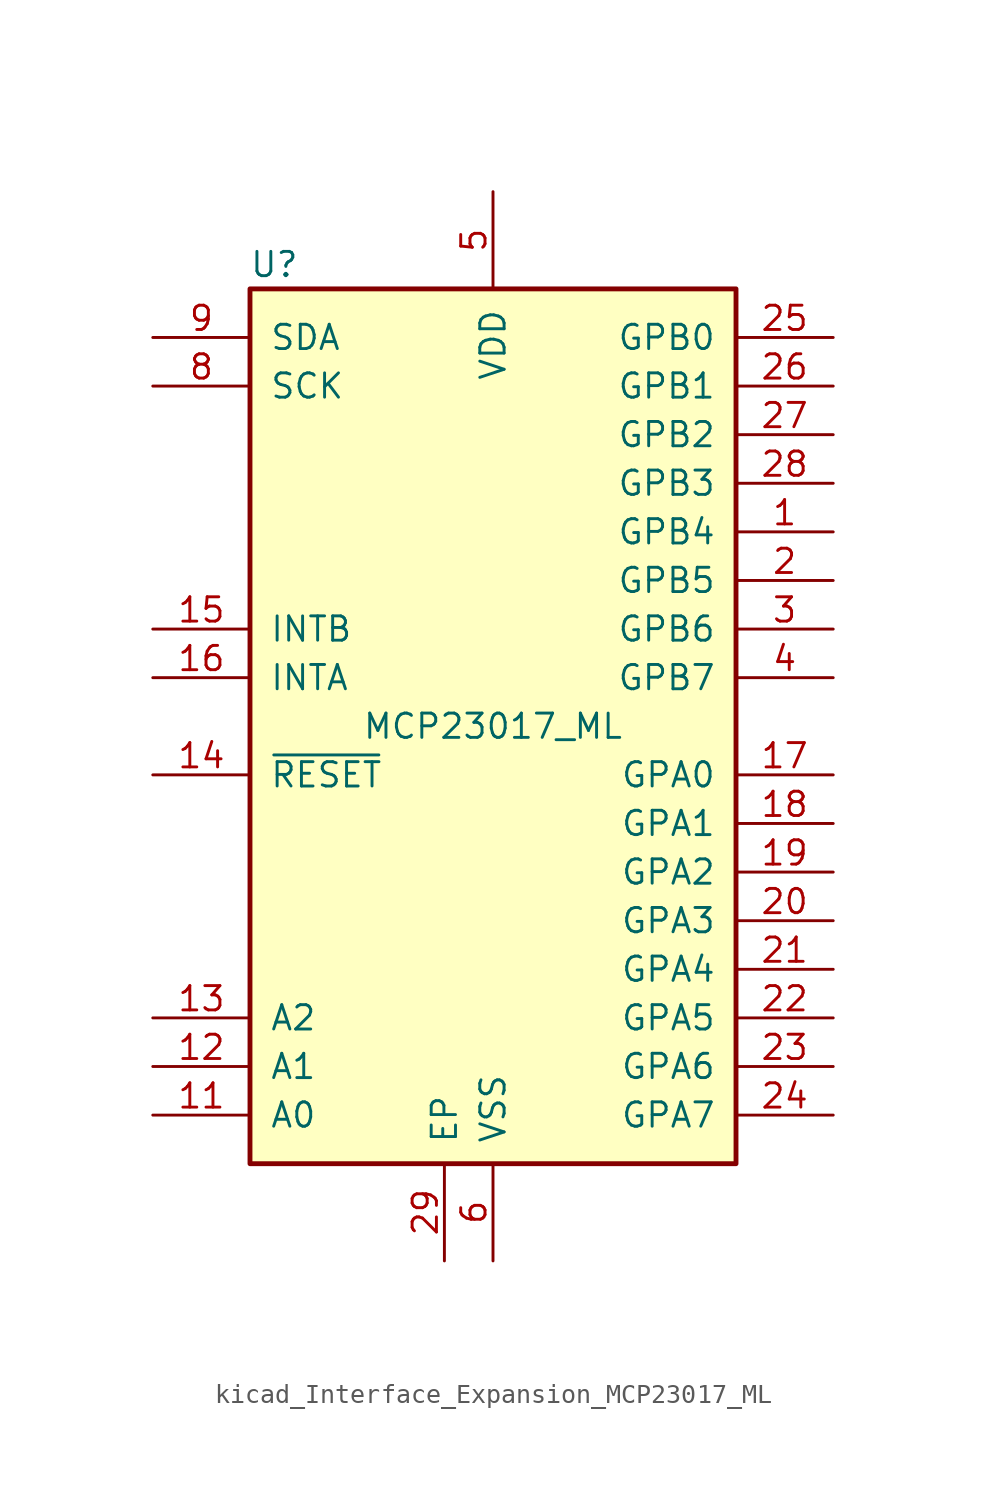
<source format=kicad_sym>
(kicad_symbol_lib
  (version 20220914)
  (generator kicad_symbol_editor)
  (symbol "kicad_Interface_Expansion_MCP23017_ML"
    (pin_names
      (offset 1.016))
    (property "Reference" "U"
      (at -11.43 24.13 0)
      (effects (font (size 1.27 1.27))))
    (property "Value" "MCP23017_ML"
      (at 0 0 0)
      (effects (font (size 1.27 1.27))))
    (symbol "kicad_Interface_Expansion_MCP23017_ML_0_1"
      (rectangle (start -12.7 22.86) (end 12.7 -22.86) (stroke (width 0.254) (type default)) (fill (type background))))
    (symbol "kicad_Interface_Expansion_MCP23017_ML_1_1"
      (pin bidirectional line (at 17.78 10.16 180) (length 5.08) (name "GPB4" (effects (font (size 1.27 1.27)))) (number "1" (effects (font (size 1.27 1.27)))))
      (pin no_connect line (at -12.7 12.7 0) (length 5.08) hide (name "NC" (effects (font (size 1.27 1.27)))) (number "10" (effects (font (size 1.27 1.27)))))
      (pin input line (at -17.78 -20.32 0) (length 5.08) (name "A0" (effects (font (size 1.27 1.27)))) (number "11" (effects (font (size 1.27 1.27)))))
      (pin input line (at -17.78 -17.78 0) (length 5.08) (name "A1" (effects (font (size 1.27 1.27)))) (number "12" (effects (font (size 1.27 1.27)))))
      (pin input line (at -17.78 -15.24 0) (length 5.08) (name "A2" (effects (font (size 1.27 1.27)))) (number "13" (effects (font (size 1.27 1.27)))))
      (pin input line (at -17.78 -2.54 0) (length 5.08) (name "~{RESET}" (effects (font (size 1.27 1.27)))) (number "14" (effects (font (size 1.27 1.27)))))
      (pin tri_state line (at -17.78 5.08 0) (length 5.08) (name "INTB" (effects (font (size 1.27 1.27)))) (number "15" (effects (font (size 1.27 1.27)))))
      (pin tri_state line (at -17.78 2.54 0) (length 5.08) (name "INTA" (effects (font (size 1.27 1.27)))) (number "16" (effects (font (size 1.27 1.27)))))
      (pin bidirectional line (at 17.78 -2.54 180) (length 5.08) (name "GPA0" (effects (font (size 1.27 1.27)))) (number "17" (effects (font (size 1.27 1.27)))))
      (pin bidirectional line (at 17.78 -5.08 180) (length 5.08) (name "GPA1" (effects (font (size 1.27 1.27)))) (number "18" (effects (font (size 1.27 1.27)))))
      (pin bidirectional line (at 17.78 -7.62 180) (length 5.08) (name "GPA2" (effects (font (size 1.27 1.27)))) (number "19" (effects (font (size 1.27 1.27)))))
      (pin bidirectional line (at 17.78 7.62 180) (length 5.08) (name "GPB5" (effects (font (size 1.27 1.27)))) (number "2" (effects (font (size 1.27 1.27)))))
      (pin bidirectional line (at 17.78 -10.16 180) (length 5.08) (name "GPA3" (effects (font (size 1.27 1.27)))) (number "20" (effects (font (size 1.27 1.27)))))
      (pin bidirectional line (at 17.78 -12.7 180) (length 5.08) (name "GPA4" (effects (font (size 1.27 1.27)))) (number "21" (effects (font (size 1.27 1.27)))))
      (pin bidirectional line (at 17.78 -15.24 180) (length 5.08) (name "GPA5" (effects (font (size 1.27 1.27)))) (number "22" (effects (font (size 1.27 1.27)))))
      (pin bidirectional line (at 17.78 -17.78 180) (length 5.08) (name "GPA6" (effects (font (size 1.27 1.27)))) (number "23" (effects (font (size 1.27 1.27)))))
      (pin bidirectional line (at 17.78 -20.32 180) (length 5.08) (name "GPA7" (effects (font (size 1.27 1.27)))) (number "24" (effects (font (size 1.27 1.27)))))
      (pin bidirectional line (at 17.78 20.32 180) (length 5.08) (name "GPB0" (effects (font (size 1.27 1.27)))) (number "25" (effects (font (size 1.27 1.27)))))
      (pin bidirectional line (at 17.78 17.78 180) (length 5.08) (name "GPB1" (effects (font (size 1.27 1.27)))) (number "26" (effects (font (size 1.27 1.27)))))
      (pin bidirectional line (at 17.78 15.24 180) (length 5.08) (name "GPB2" (effects (font (size 1.27 1.27)))) (number "27" (effects (font (size 1.27 1.27)))))
      (pin bidirectional line (at 17.78 12.7 180) (length 5.08) (name "GPB3" (effects (font (size 1.27 1.27)))) (number "28" (effects (font (size 1.27 1.27)))))
      (pin passive line (at -2.54 -27.94 90) (length 5.08) (name "EP" (effects (font (size 1.27 1.27)))) (number "29" (effects (font (size 1.27 1.27)))))
      (pin bidirectional line (at 17.78 5.08 180) (length 5.08) (name "GPB6" (effects (font (size 1.27 1.27)))) (number "3" (effects (font (size 1.27 1.27)))))
      (pin bidirectional line (at 17.78 2.54 180) (length 5.08) (name "GPB7" (effects (font (size 1.27 1.27)))) (number "4" (effects (font (size 1.27 1.27)))))
      (pin power_in line (at 0 27.94 270) (length 5.08) (name "VDD" (effects (font (size 1.27 1.27)))) (number "5" (effects (font (size 1.27 1.27)))))
      (pin power_in line (at 0 -27.94 90) (length 5.08) (name "VSS" (effects (font (size 1.27 1.27)))) (number "6" (effects (font (size 1.27 1.27)))))
      (pin no_connect line (at -12.7 15.24 0) (length 5.08) hide (name "NC" (effects (font (size 1.27 1.27)))) (number "7" (effects (font (size 1.27 1.27)))))
      (pin input line (at -17.78 17.78 0) (length 5.08) (name "SCK" (effects (font (size 1.27 1.27)))) (number "8" (effects (font (size 1.27 1.27)))))
      (pin bidirectional line (at -17.78 20.32 0) (length 5.08) (name "SDA" (effects (font (size 1.27 1.27)))) (number "9" (effects (font (size 1.27 1.27))))))))
</source>
